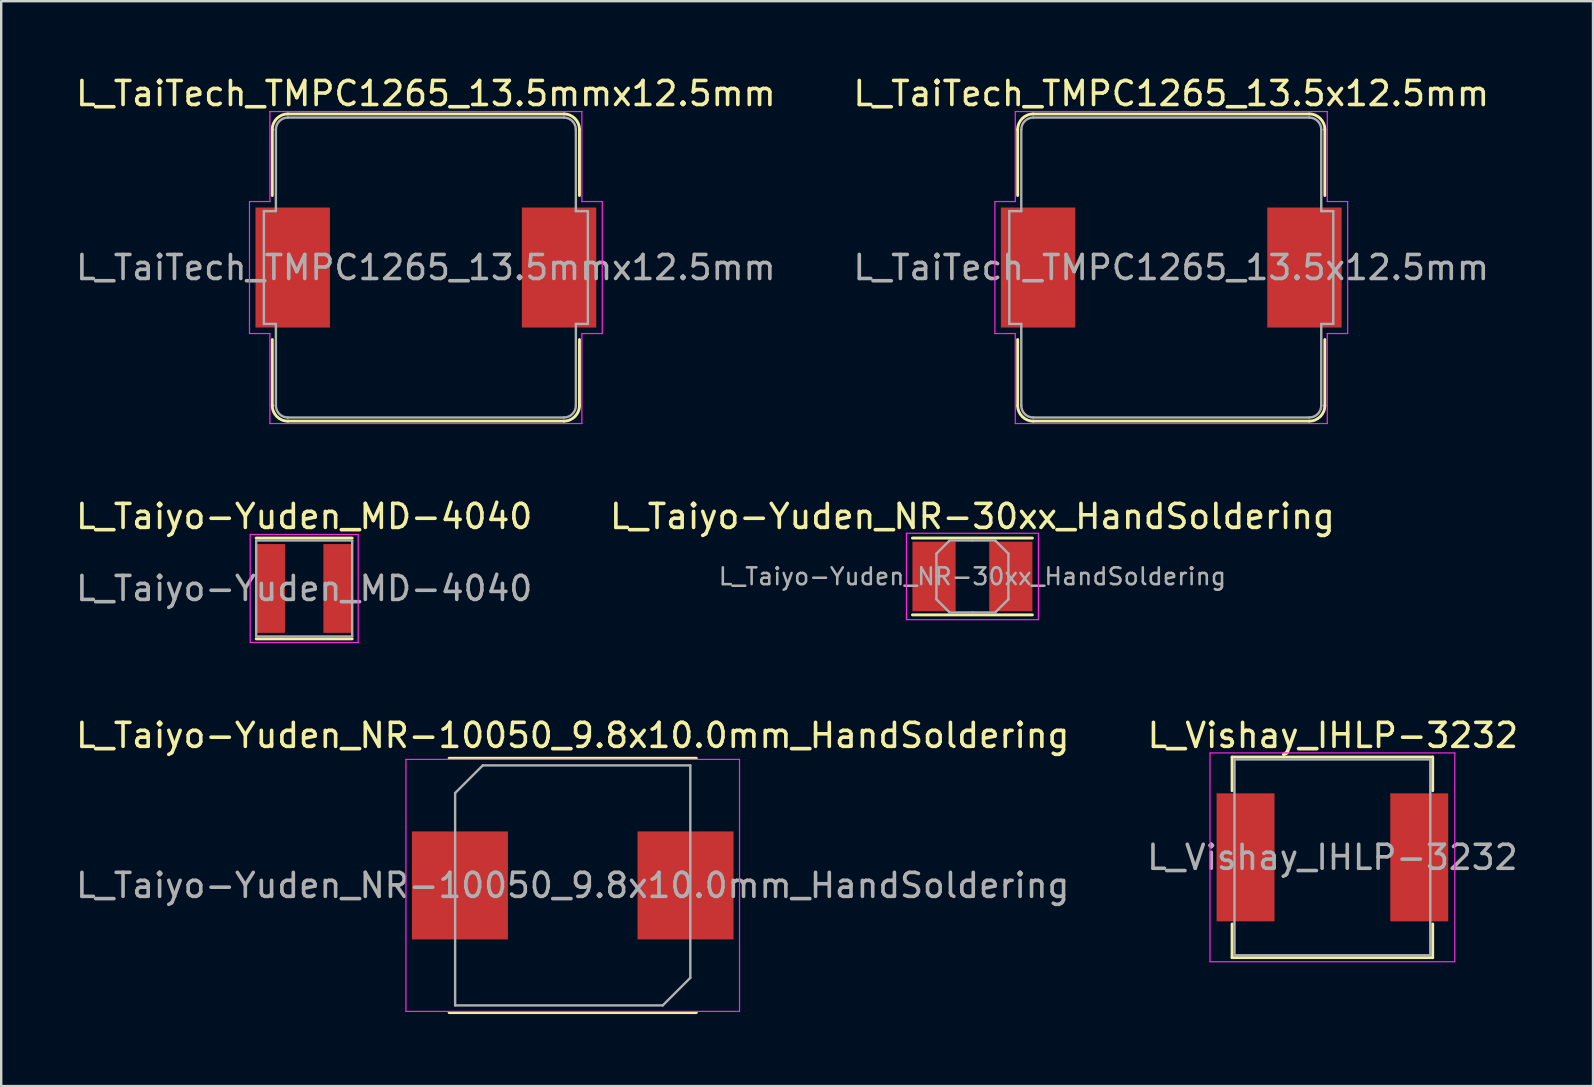
<source format=kicad_pcb>
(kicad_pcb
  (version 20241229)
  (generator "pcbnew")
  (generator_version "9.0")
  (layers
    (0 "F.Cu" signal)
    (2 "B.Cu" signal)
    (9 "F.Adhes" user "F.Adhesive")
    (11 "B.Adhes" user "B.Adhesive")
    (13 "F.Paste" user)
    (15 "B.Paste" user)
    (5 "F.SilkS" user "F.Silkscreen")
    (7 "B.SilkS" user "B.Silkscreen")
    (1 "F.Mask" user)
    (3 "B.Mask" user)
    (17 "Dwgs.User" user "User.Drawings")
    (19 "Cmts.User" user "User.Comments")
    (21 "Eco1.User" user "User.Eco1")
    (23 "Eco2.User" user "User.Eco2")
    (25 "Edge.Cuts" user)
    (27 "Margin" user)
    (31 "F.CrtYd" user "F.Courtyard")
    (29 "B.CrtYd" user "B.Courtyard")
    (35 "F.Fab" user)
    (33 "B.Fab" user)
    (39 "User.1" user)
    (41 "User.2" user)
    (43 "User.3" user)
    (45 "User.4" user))
  (footprint "L_Taiyo-Yuden_MD-4040"
    (layer "F.Cu")
    (at 9.625 21.471)
    (property "Reference" "L_Taiyo-Yuden_MD-4040" (at 0 -3 0) (layer "F.SilkS") (effects (font (size 1 1) (thickness 0.15))))
    (attr smd)
    (fp_line (start -2 -2.1) (end 2 -2.1) (stroke (width 0.12) (type solid)) (layer "F.SilkS"))
    (fp_line (start -2 2.1) (end 2 2.1) (stroke (width 0.12) (type solid)) (layer "F.SilkS"))
    (fp_line (start -2.25 -2.25) (end -2.25 2.25) (stroke (width 0.05) (type solid)) (layer "F.CrtYd"))
    (fp_line (start -2.25 2.25) (end 2.25 2.25) (stroke (width 0.05) (type solid)) (layer "F.CrtYd"))
    (fp_line (start 2.25 -2.25) (end -2.25 -2.25) (stroke (width 0.05) (type solid)) (layer "F.CrtYd"))
    (fp_line (start 2.25 2.25) (end 2.25 -2.25) (stroke (width 0.05) (type solid)) (layer "F.CrtYd"))
    (fp_line (start -2 -2) (end -2 2) (stroke (width 0.1) (type solid)) (layer "F.Fab"))
    (fp_line (start -2 2) (end 2 2) (stroke (width 0.1) (type solid)) (layer "F.Fab"))
    (fp_line (start 2 -2) (end -2 -2) (stroke (width 0.1) (type solid)) (layer "F.Fab"))
    (fp_line (start 2 2) (end 2 -2) (stroke (width 0.1) (type solid)) (layer "F.Fab"))
    (fp_text user "${REFERENCE}" (at 0 0 0) (layer "F.Fab") (effects (font (size 1 1) (thickness 0.15))))
    (pad "1" smd rect (at -1.4 0) (size 1.2 3.7) (layers "F.Cu" "F.Mask" "F.Paste"))
    (pad "2" smd rect (at 1.4 0) (size 1.2 3.7) (layers "F.Cu" "F.Mask" "F.Paste")))
  (footprint "L_TaiTech_TMPC1265_13.5mmx12.5mm"
    (layer "F.Cu")
    (at 14.696 8.098)
    (property "Reference" "L_TaiTech_TMPC1265_13.5mmx12.5mm" (at 0 -7.25 0) (layer "F.SilkS") (effects (font (size 1 1) (thickness 0.15))))
    (attr smd)
    (fp_line (start -6.4 -5.75) (end -6.4 -3) (stroke (width 0.12) (type solid)) (layer "F.SilkS"))
    (fp_line (start -6.4 3) (end -6.4 5.75) (stroke (width 0.12) (type solid)) (layer "F.SilkS"))
    (fp_line (start -5.75 -6.4) (end 5.75 -6.4) (stroke (width 0.12) (type solid)) (layer "F.SilkS"))
    (fp_line (start 5.75 6.4) (end -5.75 6.4) (stroke (width 0.12) (type solid)) (layer "F.SilkS"))
    (fp_line (start 6.4 -5.75) (end 6.4 -3) (stroke (width 0.12) (type solid)) (layer "F.SilkS"))
    (fp_line (start 6.4 3) (end 6.4 5.75) (stroke (width 0.12) (type solid)) (layer "F.SilkS"))
    (fp_arc (start -6.4 -5.75) (mid -6.209619 -6.209619) (end -5.75 -6.4) (stroke (width 0.12) (type solid)) (layer "F.SilkS"))
    (fp_arc (start -5.75 6.4) (mid -6.209619 6.209619) (end -6.4 5.75) (stroke (width 0.12) (type solid)) (layer "F.SilkS"))
    (fp_arc (start 5.75 -6.4) (mid 6.209619 -6.209619) (end 6.4 -5.75) (stroke (width 0.12) (type solid)) (layer "F.SilkS"))
    (fp_arc (start 6.4 5.75) (mid 6.209619 6.209619) (end 5.75 6.4) (stroke (width 0.12) (type solid)) (layer "F.SilkS"))
    (fp_line (start -7.35 -2.75) (end -6.5 -2.75) (stroke (width 0.05) (type solid)) (layer "F.CrtYd"))
    (fp_line (start -7.35 2.75) (end -7.35 -2.75) (stroke (width 0.05) (type solid)) (layer "F.CrtYd"))
    (fp_line (start -6.5 -6.5) (end 6.5 -6.5) (stroke (width 0.05) (type solid)) (layer "F.CrtYd"))
    (fp_line (start -6.5 -2.75) (end -6.5 -6.5) (stroke (width 0.05) (type solid)) (layer "F.CrtYd"))
    (fp_line (start -6.5 2.75) (end -7.35 2.75) (stroke (width 0.05) (type solid)) (layer "F.CrtYd"))
    (fp_line (start -6.5 2.75) (end -6.5 6.5) (stroke (width 0.05) (type solid)) (layer "F.CrtYd"))
    (fp_line (start 6.5 -2.75) (end 6.5 -6.5) (stroke (width 0.05) (type solid)) (layer "F.CrtYd"))
    (fp_line (start 6.5 -2.75) (end 7.35 -2.75) (stroke (width 0.05) (type solid)) (layer "F.CrtYd"))
    (fp_line (start 6.5 2.75) (end 6.5 6.5) (stroke (width 0.05) (type solid)) (layer "F.CrtYd"))
    (fp_line (start 6.5 6.5) (end -6.5 6.5) (stroke (width 0.05) (type solid)) (layer "F.CrtYd"))
    (fp_line (start 7.35 -2.75) (end 7.35 2.75) (stroke (width 0.05) (type solid)) (layer "F.CrtYd"))
    (fp_line (start 7.35 2.75) (end 6.5 2.75) (stroke (width 0.05) (type solid)) (layer "F.CrtYd"))
    (fp_line (start -6.75 -2.35) (end -6.75 2.35) (stroke (width 0.1) (type solid)) (layer "F.Fab"))
    (fp_line (start -6.75 -2.35) (end -6.25 -2.35) (stroke (width 0.1) (type solid)) (layer "F.Fab"))
    (fp_line (start -6.75 2.35) (end -6.25 2.35) (stroke (width 0.1) (type solid)) (layer "F.Fab"))
    (fp_line (start -6.25 -5.75) (end -6.25 -2.35) (stroke (width 0.1) (type solid)) (layer "F.Fab"))
    (fp_line (start -6.25 2.35) (end -6.25 5.75) (stroke (width 0.1) (type solid)) (layer "F.Fab"))
    (fp_line (start -5.75 -6.25) (end 5.75 -6.25) (stroke (width 0.1) (type solid)) (layer "F.Fab"))
    (fp_line (start 5.75 6.25) (end -5.75 6.25) (stroke (width 0.1) (type solid)) (layer "F.Fab"))
    (fp_line (start 6.25 -2.35) (end 6.25 -5.75) (stroke (width 0.1) (type solid)) (layer "F.Fab"))
    (fp_line (start 6.25 2.35) (end 6.25 5.75) (stroke (width 0.1) (type solid)) (layer "F.Fab"))
    (fp_line (start 6.75 -2.35) (end 6.25 -2.35) (stroke (width 0.1) (type solid)) (layer "F.Fab"))
    (fp_line (start 6.75 -2.35) (end 6.75 2.35) (stroke (width 0.1) (type solid)) (layer "F.Fab"))
    (fp_line (start 6.75 2.35) (end 6.25 2.35) (stroke (width 0.1) (type solid)) (layer "F.Fab"))
    (fp_arc (start -6.25 -5.75) (mid -6.103553 -6.103553) (end -5.75 -6.25) (stroke (width 0.1) (type solid)) (layer "F.Fab"))
    (fp_arc (start -5.75 6.25) (mid -6.103553 6.103553) (end -6.25 5.75) (stroke (width 0.1) (type solid)) (layer "F.Fab"))
    (fp_arc (start 5.75 -6.25) (mid 6.103553 -6.103553) (end 6.25 -5.75) (stroke (width 0.1) (type solid)) (layer "F.Fab"))
    (fp_arc (start 6.25 5.75) (mid 6.103553 6.103553) (end 5.75 6.25) (stroke (width 0.1) (type solid)) (layer "F.Fab"))
    (fp_text user "${REFERENCE}" (at 0 0 0) (layer "F.Fab") (effects (font (size 1 1) (thickness 0.15))))
    (pad "1" smd rect (at -5.55 0) (size 3.1 5) (layers "F.Cu" "F.Mask" "F.Paste"))
    (pad "2" smd rect (at 5.55 0) (size 3.1 5) (layers "F.Cu" "F.Mask" "F.Paste")))
  (footprint "L_Taiyo-Yuden_NR-10050_9.8x10.0mm_HandSoldering"
    (layer "F.Cu")
    (at 20.815 33.845)
    (property "Reference" "L_Taiyo-Yuden_NR-10050_9.8x10.0mm_HandSoldering" (at 0 -6.25 0) (layer "F.SilkS") (effects (font (size 1 1) (thickness 0.15))))
    (attr smd)
    (fp_line (start -5.15 -5.3) (end 5.15 -5.3) (stroke (width 0.12) (type solid)) (layer "F.SilkS"))
    (fp_line (start -5.15 5.3) (end 5.15 5.3) (stroke (width 0.12) (type solid)) (layer "F.SilkS"))
    (fp_line (start -6.95 -5.25) (end -6.95 5.25) (stroke (width 0.05) (type solid)) (layer "F.CrtYd"))
    (fp_line (start -6.95 5.25) (end 6.95 5.25) (stroke (width 0.05) (type solid)) (layer "F.CrtYd"))
    (fp_line (start 6.95 -5.25) (end -6.95 -5.25) (stroke (width 0.05) (type solid)) (layer "F.CrtYd"))
    (fp_line (start 6.95 5.25) (end 6.95 -5.25) (stroke (width 0.05) (type solid)) (layer "F.CrtYd"))
    (fp_line (start -4.9 -3.85) (end -4.9 5) (stroke (width 0.1) (type solid)) (layer "F.Fab"))
    (fp_line (start -4.9 -3.85) (end -3.75 -5) (stroke (width 0.1) (type solid)) (layer "F.Fab"))
    (fp_line (start -4.9 5) (end 3.75 5) (stroke (width 0.1) (type solid)) (layer "F.Fab"))
    (fp_line (start 3.75 5) (end 4.9 3.85) (stroke (width 0.1) (type solid)) (layer "F.Fab"))
    (fp_line (start 4.9 -5) (end -3.75 -5) (stroke (width 0.1) (type solid)) (layer "F.Fab"))
    (fp_line (start 4.9 3.85) (end 4.9 -5) (stroke (width 0.1) (type solid)) (layer "F.Fab"))
    (fp_text user "${REFERENCE}" (at 0 0 0) (layer "F.Fab") (effects (font (size 1 1) (thickness 0.15))))
    (pad "1" smd rect (at -4.7 0) (size 4 4.5) (layers "F.Cu" "F.Mask" "F.Paste"))
    (pad "2" smd rect (at 4.7 0) (size 4 4.5) (layers "F.Cu" "F.Mask" "F.Paste")))
  (footprint "L_Taiyo-Yuden_NR-30xx_HandSoldering"
    (layer "F.Cu")
    (at 37.47 20.971)
    (property "Reference" "L_Taiyo-Yuden_NR-30xx_HandSoldering" (at 0 -2.5 0) (layer "F.SilkS") (effects (font (size 1 1) (thickness 0.15))))
    (attr smd)
    (fp_line (start -2.5 -1.6) (end 2.5 -1.6) (stroke (width 0.12) (type solid)) (layer "F.SilkS"))
    (fp_line (start -2.5 1.6) (end 2.5 1.6) (stroke (width 0.12) (type solid)) (layer "F.SilkS"))
    (fp_line (start -2.75 -1.8) (end -2.75 1.8) (stroke (width 0.05) (type solid)) (layer "F.CrtYd"))
    (fp_line (start -2.75 1.8) (end 2.75 1.8) (stroke (width 0.05) (type solid)) (layer "F.CrtYd"))
    (fp_line (start 2.75 -1.8) (end -2.75 -1.8) (stroke (width 0.05) (type solid)) (layer "F.CrtYd"))
    (fp_line (start 2.75 1.8) (end 2.75 -1.8) (stroke (width 0.05) (type solid)) (layer "F.CrtYd"))
    (fp_line (start -1.5 -0.95) (end -0.95 -1.5) (stroke (width 0.1) (type solid)) (layer "F.Fab"))
    (fp_line (start -1.5 0) (end -1.5 -0.95) (stroke (width 0.1) (type solid)) (layer "F.Fab"))
    (fp_line (start -1.5 0) (end -1.5 0.95) (stroke (width 0.1) (type solid)) (layer "F.Fab"))
    (fp_line (start -1.5 0.95) (end -0.95 1.5) (stroke (width 0.1) (type solid)) (layer "F.Fab"))
    (fp_line (start -0.95 -1.5) (end 0 -1.5) (stroke (width 0.1) (type solid)) (layer "F.Fab"))
    (fp_line (start -0.95 1.5) (end 0 1.5) (stroke (width 0.1) (type solid)) (layer "F.Fab"))
    (fp_line (start 0.95 -1.5) (end 0 -1.5) (stroke (width 0.1) (type solid)) (layer "F.Fab"))
    (fp_line (start 0.95 1.5) (end 0 1.5) (stroke (width 0.1) (type solid)) (layer "F.Fab"))
    (fp_line (start 1.5 -0.95) (end 0.95 -1.5) (stroke (width 0.1) (type solid)) (layer "F.Fab"))
    (fp_line (start 1.5 0) (end 1.5 -0.95) (stroke (width 0.1) (type solid)) (layer "F.Fab"))
    (fp_line (start 1.5 0) (end 1.5 0.95) (stroke (width 0.1) (type solid)) (layer "F.Fab"))
    (fp_line (start 1.5 0.95) (end 0.95 1.5) (stroke (width 0.1) (type solid)) (layer "F.Fab"))
    (fp_text user "${REFERENCE}" (at 0 0 0) (layer "F.Fab") (effects (font (size 0.7 0.7) (thickness 0.105))))
    (pad "1" smd rect (at -1.6 0) (size 1.8 2.9) (layers "F.Cu" "F.Mask" "F.Paste"))
    (pad "2" smd rect (at 1.6 0) (size 1.8 2.9) (layers "F.Cu" "F.Mask" "F.Paste")))
  (footprint "L_TaiTech_TMPC1265_13.5x12.5mm"
    (layer "F.Cu")
    (at 45.756 8.098)
    (property "Reference" "L_TaiTech_TMPC1265_13.5x12.5mm" (at 0 -7.25 0) (layer "F.SilkS") (effects (font (size 1 1) (thickness 0.15))))
    (attr smd)
    (fp_line (start -6.4 -5.75) (end -6.4 -3) (stroke (width 0.12) (type solid)) (layer "F.SilkS"))
    (fp_line (start -6.4 3) (end -6.4 5.75) (stroke (width 0.12) (type solid)) (layer "F.SilkS"))
    (fp_line (start -5.75 -6.4) (end 5.75 -6.4) (stroke (width 0.12) (type solid)) (layer "F.SilkS"))
    (fp_line (start 5.75 6.4) (end -5.75 6.4) (stroke (width 0.12) (type solid)) (layer "F.SilkS"))
    (fp_line (start 6.4 -5.75) (end 6.4 -3) (stroke (width 0.12) (type solid)) (layer "F.SilkS"))
    (fp_line (start 6.4 3) (end 6.4 5.75) (stroke (width 0.12) (type solid)) (layer "F.SilkS"))
    (fp_arc (start -6.4 -5.75) (mid -6.209619 -6.209619) (end -5.75 -6.4) (stroke (width 0.12) (type solid)) (layer "F.SilkS"))
    (fp_arc (start -5.75 6.4) (mid -6.209619 6.209619) (end -6.4 5.75) (stroke (width 0.12) (type solid)) (layer "F.SilkS"))
    (fp_arc (start 5.75 -6.4) (mid 6.209619 -6.209619) (end 6.4 -5.75) (stroke (width 0.12) (type solid)) (layer "F.SilkS"))
    (fp_arc (start 6.4 5.75) (mid 6.209619 6.209619) (end 5.75 6.4) (stroke (width 0.12) (type solid)) (layer "F.SilkS"))
    (fp_line (start -7.35 -2.75) (end -6.5 -2.75) (stroke (width 0.05) (type solid)) (layer "F.CrtYd"))
    (fp_line (start -7.35 2.75) (end -7.35 -2.75) (stroke (width 0.05) (type solid)) (layer "F.CrtYd"))
    (fp_line (start -6.5 -6.5) (end 6.5 -6.5) (stroke (width 0.05) (type solid)) (layer "F.CrtYd"))
    (fp_line (start -6.5 -2.75) (end -6.5 -6.5) (stroke (width 0.05) (type solid)) (layer "F.CrtYd"))
    (fp_line (start -6.5 2.75) (end -7.35 2.75) (stroke (width 0.05) (type solid)) (layer "F.CrtYd"))
    (fp_line (start -6.5 2.75) (end -6.5 6.5) (stroke (width 0.05) (type solid)) (layer "F.CrtYd"))
    (fp_line (start 6.5 -2.75) (end 6.5 -6.5) (stroke (width 0.05) (type solid)) (layer "F.CrtYd"))
    (fp_line (start 6.5 -2.75) (end 7.35 -2.75) (stroke (width 0.05) (type solid)) (layer "F.CrtYd"))
    (fp_line (start 6.5 2.75) (end 6.5 6.5) (stroke (width 0.05) (type solid)) (layer "F.CrtYd"))
    (fp_line (start 6.5 6.5) (end -6.5 6.5) (stroke (width 0.05) (type solid)) (layer "F.CrtYd"))
    (fp_line (start 7.35 -2.75) (end 7.35 2.75) (stroke (width 0.05) (type solid)) (layer "F.CrtYd"))
    (fp_line (start 7.35 2.75) (end 6.5 2.75) (stroke (width 0.05) (type solid)) (layer "F.CrtYd"))
    (fp_line (start -6.75 -2.35) (end -6.75 2.35) (stroke (width 0.1) (type solid)) (layer "F.Fab"))
    (fp_line (start -6.75 -2.35) (end -6.25 -2.35) (stroke (width 0.1) (type solid)) (layer "F.Fab"))
    (fp_line (start -6.75 2.35) (end -6.25 2.35) (stroke (width 0.1) (type solid)) (layer "F.Fab"))
    (fp_line (start -6.25 -5.75) (end -6.25 -2.35) (stroke (width 0.1) (type solid)) (layer "F.Fab"))
    (fp_line (start -6.25 2.35) (end -6.25 5.75) (stroke (width 0.1) (type solid)) (layer "F.Fab"))
    (fp_line (start -5.75 -6.25) (end 5.75 -6.25) (stroke (width 0.1) (type solid)) (layer "F.Fab"))
    (fp_line (start 5.75 6.25) (end -5.75 6.25) (stroke (width 0.1) (type solid)) (layer "F.Fab"))
    (fp_line (start 6.25 -2.35) (end 6.25 -5.75) (stroke (width 0.1) (type solid)) (layer "F.Fab"))
    (fp_line (start 6.25 2.35) (end 6.25 5.75) (stroke (width 0.1) (type solid)) (layer "F.Fab"))
    (fp_line (start 6.75 -2.35) (end 6.25 -2.35) (stroke (width 0.1) (type solid)) (layer "F.Fab"))
    (fp_line (start 6.75 -2.35) (end 6.75 2.35) (stroke (width 0.1) (type solid)) (layer "F.Fab"))
    (fp_line (start 6.75 2.35) (end 6.25 2.35) (stroke (width 0.1) (type solid)) (layer "F.Fab"))
    (fp_arc (start -6.25 -5.75) (mid -6.103553 -6.103553) (end -5.75 -6.25) (stroke (width 0.1) (type solid)) (layer "F.Fab"))
    (fp_arc (start -5.75 6.25) (mid -6.103553 6.103553) (end -6.25 5.75) (stroke (width 0.1) (type solid)) (layer "F.Fab"))
    (fp_arc (start 5.75 -6.25) (mid 6.103553 -6.103553) (end 6.25 -5.75) (stroke (width 0.1) (type solid)) (layer "F.Fab"))
    (fp_arc (start 6.25 5.75) (mid 6.103553 6.103553) (end 5.75 6.25) (stroke (width 0.1) (type solid)) (layer "F.Fab"))
    (fp_text user "${REFERENCE}" (at 0 0 0) (layer "F.Fab") (effects (font (size 1 1) (thickness 0.15))))
    (pad "1" smd rect (at -5.55 0) (size 3.1 5) (layers "F.Cu" "F.Mask" "F.Paste"))
    (pad "2" smd rect (at 5.55 0) (size 3.1 5) (layers "F.Cu" "F.Mask" "F.Paste")))
  (footprint "L_Vishay_IHLP-3232"
    (layer "F.Cu")
    (at 52.47 32.675)
    (property "Reference" "L_Vishay_IHLP-3232" (at 0.02 -5.08 0) (layer "F.SilkS") (effects (font (size 1 1) (thickness 0.15))))
    (attr smd)
    (fp_line (start -4.18 -4.18) (end 4.18 -4.18) (stroke (width 0.12) (type solid)) (layer "F.SilkS"))
    (fp_line (start -4.18 -2.775) (end -4.18 -4.18) (stroke (width 0.12) (type solid)) (layer "F.SilkS"))
    (fp_line (start -4.18 2.775) (end -4.18 4.18) (stroke (width 0.12) (type solid)) (layer "F.SilkS"))
    (fp_line (start -4.18 4.18) (end 4.18 4.18) (stroke (width 0.12) (type solid)) (layer "F.SilkS"))
    (fp_line (start 4.18 -4.18) (end 4.18 -2.775) (stroke (width 0.12) (type solid)) (layer "F.SilkS"))
    (fp_line (start 4.18 4.18) (end 4.18 2.775) (stroke (width 0.12) (type solid)) (layer "F.SilkS"))
    (fp_line (start -5.1 -4.35) (end -5.1 4.35) (stroke (width 0.05) (type solid)) (layer "F.CrtYd"))
    (fp_line (start -5.1 4.35) (end 5.1 4.35) (stroke (width 0.05) (type solid)) (layer "F.CrtYd"))
    (fp_line (start 5.1 -4.35) (end -5.1 -4.35) (stroke (width 0.05) (type solid)) (layer "F.CrtYd"))
    (fp_line (start 5.1 4.35) (end 5.1 -4.35) (stroke (width 0.05) (type solid)) (layer "F.CrtYd"))
    (fp_line (start -4.08 -4.08) (end -4.08 4.08) (stroke (width 0.1) (type solid)) (layer "F.Fab"))
    (fp_line (start -4.08 4.08) (end 4.08 4.08) (stroke (width 0.1) (type solid)) (layer "F.Fab"))
    (fp_line (start 4.08 -4.08) (end -4.08 -4.08) (stroke (width 0.1) (type solid)) (layer "F.Fab"))
    (fp_line (start 4.08 4.08) (end 4.08 -4.08) (stroke (width 0.1) (type solid)) (layer "F.Fab"))
    (fp_text user "${REFERENCE}" (at 0 0 0) (layer "F.Fab") (effects (font (size 1 1) (thickness 0.15))))
    (pad "1" smd rect (at -3.619 0) (size 2.413 5.334) (layers "F.Cu" "F.Mask" "F.Paste"))
    (pad "2" smd rect (at 3.619 0) (size 2.413 5.334) (layers "F.Cu" "F.Mask" "F.Paste")))
  (gr_rect
    (start -3 -3)
    (end 63.33 42.205)
    (stroke (width 0.1) (type default))
    (fill no)
    (layer "Edge.Cuts")))
</source>
